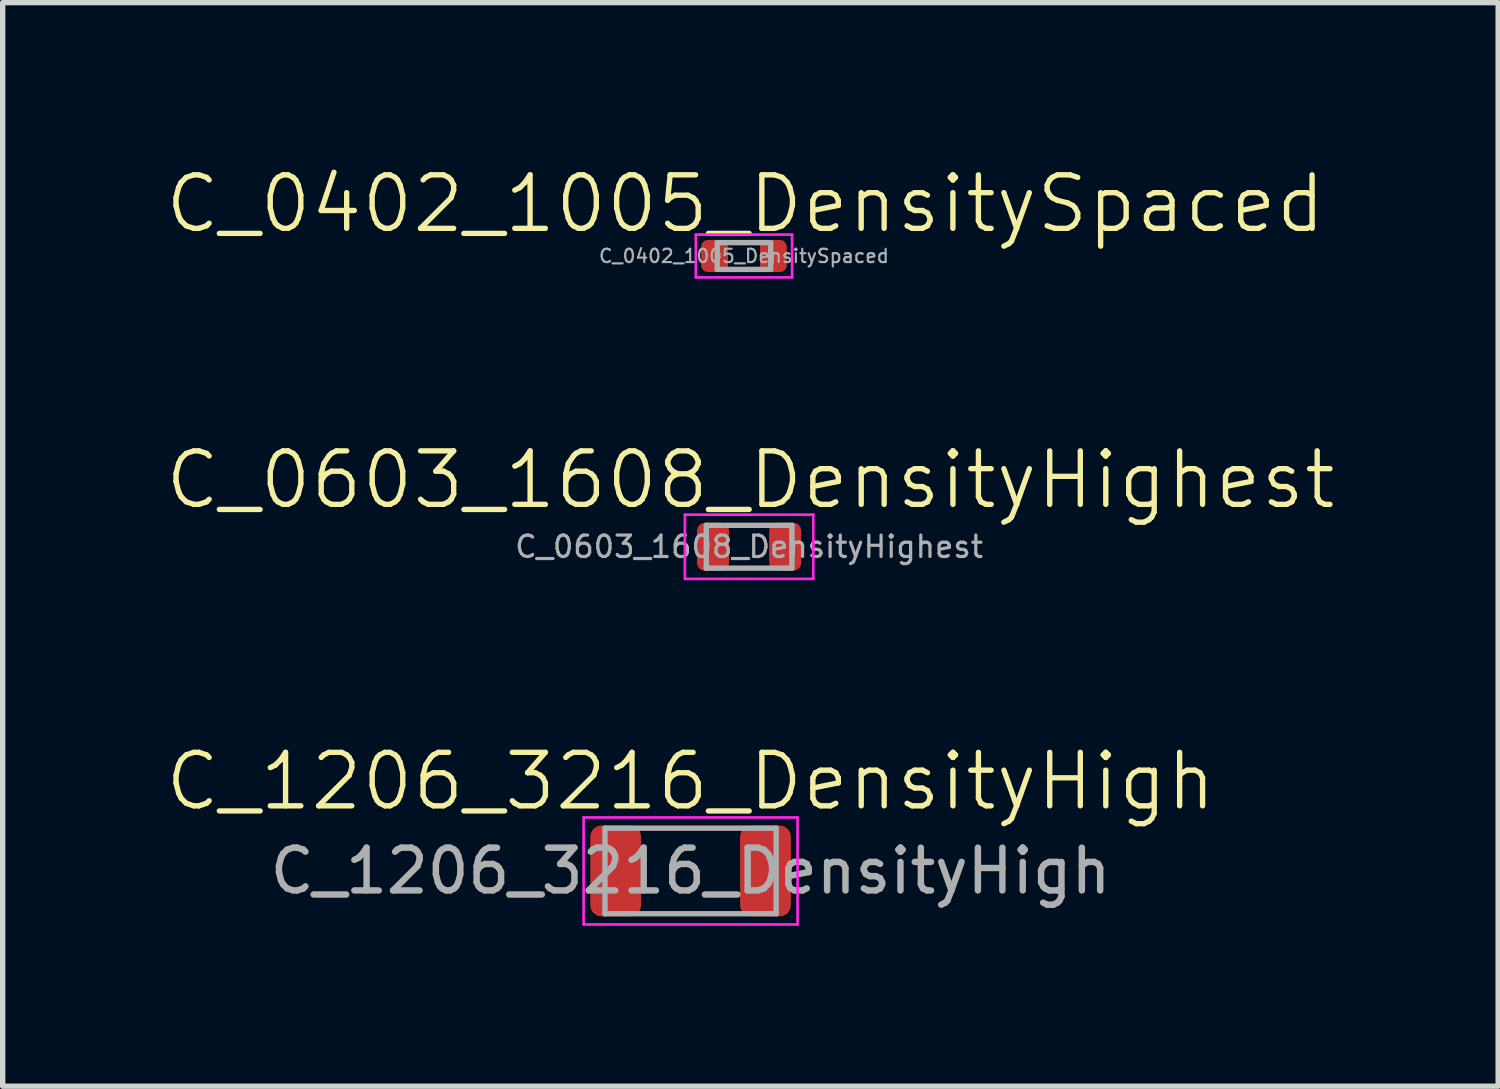
<source format=kicad_pcb>
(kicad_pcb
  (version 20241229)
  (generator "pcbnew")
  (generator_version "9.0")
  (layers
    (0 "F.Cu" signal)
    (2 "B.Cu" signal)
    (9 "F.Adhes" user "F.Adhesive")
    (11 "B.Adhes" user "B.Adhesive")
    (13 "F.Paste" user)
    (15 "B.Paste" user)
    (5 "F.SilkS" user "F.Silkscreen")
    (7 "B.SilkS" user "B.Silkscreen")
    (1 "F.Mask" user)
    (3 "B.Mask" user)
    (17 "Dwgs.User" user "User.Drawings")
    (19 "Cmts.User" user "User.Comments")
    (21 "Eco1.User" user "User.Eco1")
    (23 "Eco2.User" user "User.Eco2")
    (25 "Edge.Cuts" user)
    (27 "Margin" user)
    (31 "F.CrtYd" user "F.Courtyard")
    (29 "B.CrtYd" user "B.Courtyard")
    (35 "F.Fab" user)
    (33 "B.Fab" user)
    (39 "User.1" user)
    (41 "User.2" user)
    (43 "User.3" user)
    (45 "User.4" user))
  (footprint "C_1206_3216_DensityHigh"
    (layer "F.Cu")
    (at 9.86 13.232)
    (property "Reference" "C_1206_3216_DensityHigh" (at 0 -1.675 0) (unlocked yes) (layer "F.SilkS") (effects (font (size 1 1) (thickness 0.1))))
    (attr smd)
    (fp_line (start -2 -1) (end 2 -1) (stroke (width 0.05) (type solid)) (layer "F.CrtYd"))
    (fp_line (start -2 1) (end -2 -1) (stroke (width 0.05) (type solid)) (layer "F.CrtYd"))
    (fp_line (start 2 -1) (end 2 1) (stroke (width 0.05) (type solid)) (layer "F.CrtYd"))
    (fp_line (start 2 1) (end -2 1) (stroke (width 0.05) (type solid)) (layer "F.CrtYd"))
    (fp_line (start -1.6 -0.8) (end 1.6 -0.8) (stroke (width 0.1) (type solid)) (layer "F.Fab"))
    (fp_line (start -1.6 0.8) (end -1.6 -0.8) (stroke (width 0.1) (type solid)) (layer "F.Fab"))
    (fp_line (start 1.6 -0.8) (end 1.6 0.8) (stroke (width 0.1) (type solid)) (layer "F.Fab"))
    (fp_line (start 1.6 0.8) (end -1.6 0.8) (stroke (width 0.1) (type solid)) (layer "F.Fab"))
    (fp_text user "${REFERENCE}" (at 0 0 0) (layer "F.Fab") (effects (font (size 0.8 0.8) (thickness 0.12))))
    (pad "1" smd roundrect (at -1.4 0) (size 0.95 1.7) (layers "F.Cu" "F.Mask" "F.Paste") (roundrect_rratio 0.217))
    (pad "2" smd roundrect (at 1.4 0) (size 0.95 1.7) (layers "F.Cu" "F.Mask" "F.Paste") (roundrect_rratio 0.217)))
  (footprint "C_0603_1608_DensityHighest"
    (layer "F.Cu")
    (at 10.954 7.171)
    (property "Reference" "C_0603_1608_DensityHighest" (at 0.025 -1.25 0) (unlocked yes) (layer "F.SilkS") (effects (font (size 1 1) (thickness 0.1))))
    (attr smd)
    (fp_line (start -1.2 -0.6) (end 1.2 -0.6) (stroke (width 0.05) (type solid)) (layer "F.CrtYd"))
    (fp_line (start -1.2 0.6) (end -1.2 -0.6) (stroke (width 0.05) (type solid)) (layer "F.CrtYd"))
    (fp_line (start 1.2 -0.6) (end 1.2 0.6) (stroke (width 0.05) (type solid)) (layer "F.CrtYd"))
    (fp_line (start 1.2 0.6) (end -1.2 0.6) (stroke (width 0.05) (type solid)) (layer "F.CrtYd"))
    (fp_line (start -0.8 -0.4) (end 0.8 -0.4) (stroke (width 0.1) (type solid)) (layer "F.Fab"))
    (fp_line (start -0.8 0.4) (end -0.8 -0.4) (stroke (width 0.1) (type solid)) (layer "F.Fab"))
    (fp_line (start 0.8 -0.4) (end 0.8 0.4) (stroke (width 0.1) (type solid)) (layer "F.Fab"))
    (fp_line (start 0.8 0.4) (end -0.8 0.4) (stroke (width 0.1) (type solid)) (layer "F.Fab"))
    (fp_text user "${REFERENCE}" (at 0 0 0) (layer "F.Fab") (effects (font (size 0.4 0.4) (thickness 0.06))))
    (pad "1" smd roundrect (at -0.675 0) (size 0.6 0.9) (layers "F.Cu" "F.Mask" "F.Paste") (roundrect_rratio 0.25))
    (pad "2" smd roundrect (at 0.675 0) (size 0.6 0.9) (layers "F.Cu" "F.Mask" "F.Paste") (roundrect_rratio 0.25)))
  (footprint "C_0402_1005_DensitySpaced"
    (layer "F.Cu")
    (at 10.858 1.736)
    (property "Reference" "C_0402_1005_DensitySpaced" (at 0.025 -0.975 0) (unlocked yes) (layer "F.SilkS") (effects (font (size 1 1) (thickness 0.1))))
    (attr smd)
    (fp_line (start -0.9 -0.4) (end 0.9 -0.4) (stroke (width 0.05) (type solid)) (layer "F.CrtYd"))
    (fp_line (start -0.9 0.4) (end -0.9 -0.4) (stroke (width 0.05) (type solid)) (layer "F.CrtYd"))
    (fp_line (start 0.9 -0.4) (end 0.9 0.4) (stroke (width 0.05) (type solid)) (layer "F.CrtYd"))
    (fp_line (start 0.9 0.4) (end -0.9 0.4) (stroke (width 0.05) (type solid)) (layer "F.CrtYd"))
    (fp_line (start -0.5 -0.25) (end 0.5 -0.25) (stroke (width 0.1) (type solid)) (layer "F.Fab"))
    (fp_line (start -0.5 0.25) (end -0.5 -0.25) (stroke (width 0.1) (type solid)) (layer "F.Fab"))
    (fp_line (start 0.5 -0.25) (end 0.5 0.25) (stroke (width 0.1) (type solid)) (layer "F.Fab"))
    (fp_line (start 0.5 0.25) (end -0.5 0.25) (stroke (width 0.1) (type solid)) (layer "F.Fab"))
    (fp_text user "${REFERENCE}" (at 0 0 0) (layer "F.Fab") (effects (font (size 0.25 0.25) (thickness 0.04))))
    (pad "1" smd roundrect (at -0.55 0) (size 0.5 0.6) (layers "F.Cu" "F.Mask" "F.Paste") (roundrect_rratio 0.25))
    (pad "2" smd roundrect (at 0.55 0) (size 0.5 0.6) (layers "F.Cu" "F.Mask" "F.Paste") (roundrect_rratio 0.25)))
  (gr_rect
    (start -3 -3)
    (end 24.957 17.256)
    (stroke (width 0.1) (type default))
    (fill no)
    (layer "Edge.Cuts")))
</source>
